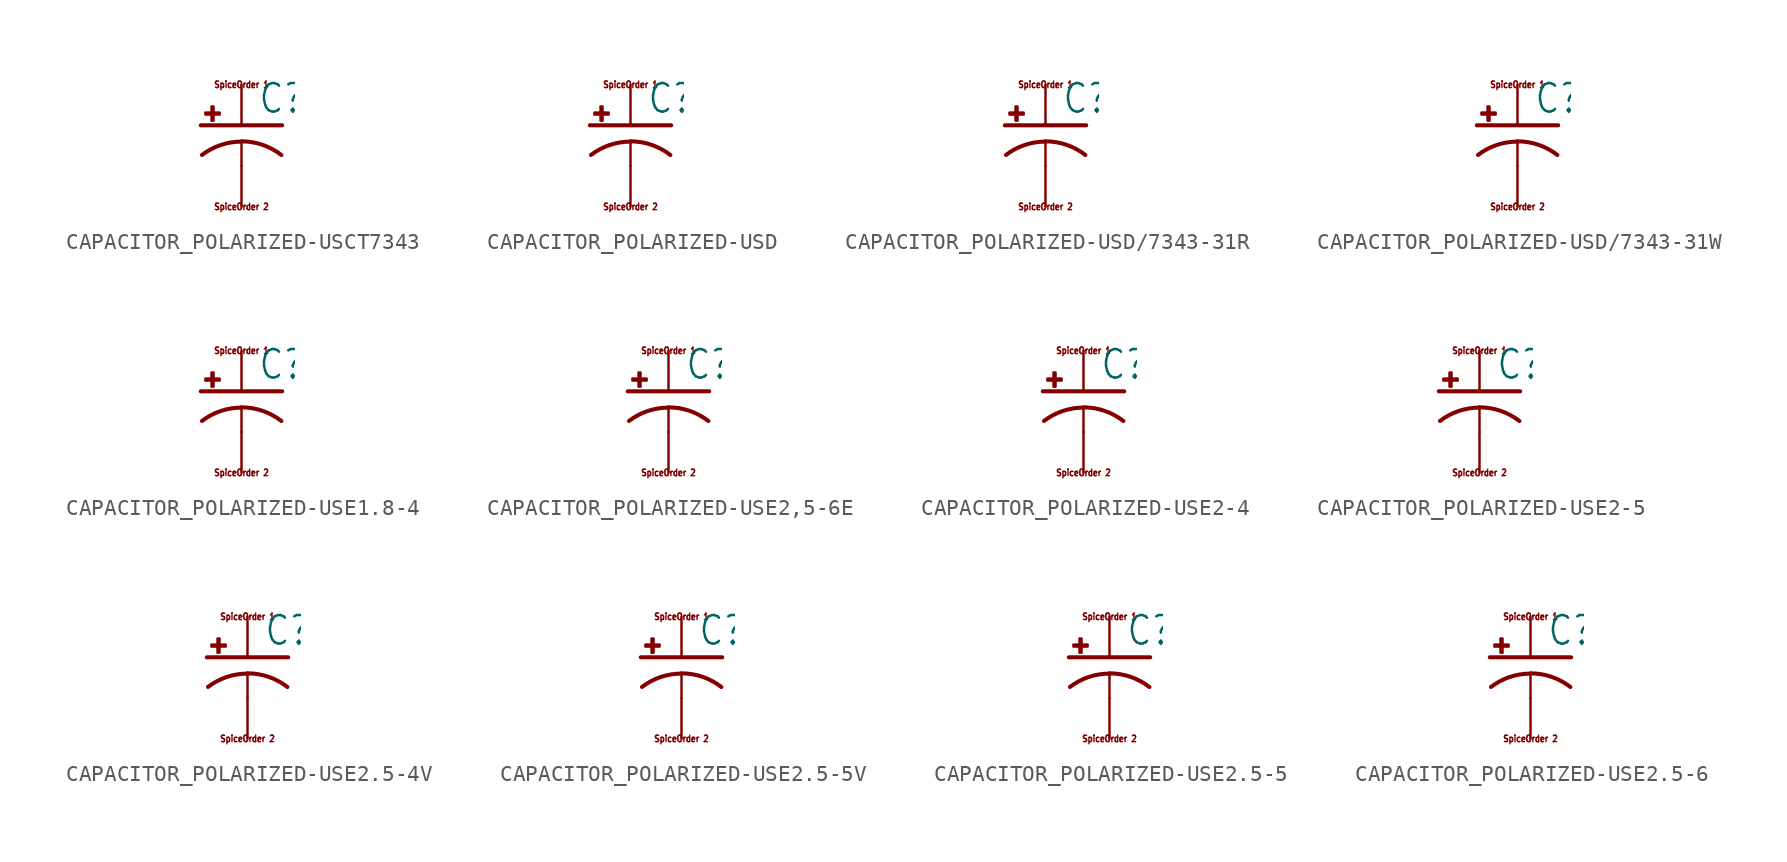
<source format=kicad_sym>
(kicad_symbol_lib
  (version 20231120)
  (generator "kicad_symbol_editor")
  (generator_version "8.0")
  (symbol "CAPACITOR_POLARIZED-USCT7343"
    (property "Reference" "C"
      (at 1.016 0.635 0)
      (effects (font (size 1.778 1.511)) (justify left bottom)))
    (property "Value" ""
      (at 1.016 -4.191 0)
      (effects (font (size 1.778 1.511)) (justify left bottom)))
    (property "ki_locked" ""
      (at 0 0 0)
      (effects (font (size 1.27 1.27))))
    (symbol "CAPACITOR_POLARIZED-USCT7343_1_0"
      (rectangle (start -2.253 0.668) (end -1.364 0.795) (stroke (width 0) (type default)) (fill (type outline)))
      (rectangle (start -1.872 0.287) (end -1.745 1.176) (stroke (width 0) (type default)) (fill (type outline)))
      (arc (start 0 -1.0161) (mid -1.3021 -1.2303) (end -2.4669 -1.8504) (stroke (width 0.254) (type solid)) (fill (type none)))
      (polyline (pts (xy -2.54 0) (xy 2.54 0)) (stroke (width 0.254) (type solid)) (fill (type none)))
      (polyline (pts (xy 0 -1.016) (xy 0 -2.54)) (stroke (width 0.152) (type solid)) (fill (type none)))
      (arc (start 2.4892 -1.8541) (mid 1.3158 -1.2194) (end 0 -1) (stroke (width 0.254) (type solid)) (fill (type none)))
      (text "SpiceOrder 1" (at 0 2.54 0) (effects (font (size 0.406 0.345))))
      (text "SpiceOrder 2" (at 0 -5.08 0) (effects (font (size 0.406 0.345))))
      (pin passive line (at 0 2.54 270) (length 2.54) (name "+" (effects (font (size 0 0)))) (number "+" (effects (font (size 0 0)))))
      (pin passive line (at 0 -5.08 90) (length 2.54) (name "-" (effects (font (size 0 0)))) (number "-" (effects (font (size 0 0)))))))
  (symbol "CAPACITOR_POLARIZED-USD"
    (property "Reference" "C"
      (at 1.016 0.635 0)
      (effects (font (size 1.778 1.511)) (justify left bottom)))
    (property "Value" ""
      (at 1.016 -4.191 0)
      (effects (font (size 1.778 1.511)) (justify left bottom)))
    (property "ki_locked" ""
      (at 0 0 0)
      (effects (font (size 1.27 1.27))))
    (symbol "CAPACITOR_POLARIZED-USD_1_0"
      (rectangle (start -2.253 0.668) (end -1.364 0.795) (stroke (width 0) (type default)) (fill (type outline)))
      (rectangle (start -1.872 0.287) (end -1.745 1.176) (stroke (width 0) (type default)) (fill (type outline)))
      (arc (start 0 -1.0161) (mid -1.3021 -1.2303) (end -2.4669 -1.8504) (stroke (width 0.254) (type solid)) (fill (type none)))
      (polyline (pts (xy -2.54 0) (xy 2.54 0)) (stroke (width 0.254) (type solid)) (fill (type none)))
      (polyline (pts (xy 0 -1.016) (xy 0 -2.54)) (stroke (width 0.152) (type solid)) (fill (type none)))
      (arc (start 2.4892 -1.8541) (mid 1.3158 -1.2194) (end 0 -1) (stroke (width 0.254) (type solid)) (fill (type none)))
      (text "SpiceOrder 1" (at 0 2.54 0) (effects (font (size 0.406 0.345))))
      (text "SpiceOrder 2" (at 0 -5.08 0) (effects (font (size 0.406 0.345))))
      (pin passive line (at 0 2.54 270) (length 2.54) (name "+" (effects (font (size 0 0)))) (number "+" (effects (font (size 0 0)))))
      (pin passive line (at 0 -5.08 90) (length 2.54) (name "-" (effects (font (size 0 0)))) (number "-" (effects (font (size 0 0)))))))
  (symbol "CAPACITOR_POLARIZED-USD/7343-31R"
    (property "Reference" "C"
      (at 1.016 0.635 0)
      (effects (font (size 1.778 1.511)) (justify left bottom)))
    (property "Value" ""
      (at 1.016 -4.191 0)
      (effects (font (size 1.778 1.511)) (justify left bottom)))
    (property "ki_locked" ""
      (at 0 0 0)
      (effects (font (size 1.27 1.27))))
    (symbol "CAPACITOR_POLARIZED-USD/7343-31R_1_0"
      (rectangle (start -2.253 0.668) (end -1.364 0.795) (stroke (width 0) (type default)) (fill (type outline)))
      (rectangle (start -1.872 0.287) (end -1.745 1.176) (stroke (width 0) (type default)) (fill (type outline)))
      (arc (start 0 -1.0161) (mid -1.3021 -1.2303) (end -2.4669 -1.8504) (stroke (width 0.254) (type solid)) (fill (type none)))
      (polyline (pts (xy -2.54 0) (xy 2.54 0)) (stroke (width 0.254) (type solid)) (fill (type none)))
      (polyline (pts (xy 0 -1.016) (xy 0 -2.54)) (stroke (width 0.152) (type solid)) (fill (type none)))
      (arc (start 2.4892 -1.8541) (mid 1.3158 -1.2194) (end 0 -1) (stroke (width 0.254) (type solid)) (fill (type none)))
      (text "SpiceOrder 1" (at 0 2.54 0) (effects (font (size 0.406 0.345))))
      (text "SpiceOrder 2" (at 0 -5.08 0) (effects (font (size 0.406 0.345))))
      (pin passive line (at 0 2.54 270) (length 2.54) (name "+" (effects (font (size 0 0)))) (number "+" (effects (font (size 0 0)))))
      (pin passive line (at 0 -5.08 90) (length 2.54) (name "-" (effects (font (size 0 0)))) (number "-" (effects (font (size 0 0)))))))
  (symbol "CAPACITOR_POLARIZED-USD/7343-31W"
    (property "Reference" "C"
      (at 1.016 0.635 0)
      (effects (font (size 1.778 1.511)) (justify left bottom)))
    (property "Value" ""
      (at 1.016 -4.191 0)
      (effects (font (size 1.778 1.511)) (justify left bottom)))
    (property "ki_locked" ""
      (at 0 0 0)
      (effects (font (size 1.27 1.27))))
    (symbol "CAPACITOR_POLARIZED-USD/7343-31W_1_0"
      (rectangle (start -2.253 0.668) (end -1.364 0.795) (stroke (width 0) (type default)) (fill (type outline)))
      (rectangle (start -1.872 0.287) (end -1.745 1.176) (stroke (width 0) (type default)) (fill (type outline)))
      (arc (start 0 -1.0161) (mid -1.3021 -1.2303) (end -2.4669 -1.8504) (stroke (width 0.254) (type solid)) (fill (type none)))
      (polyline (pts (xy -2.54 0) (xy 2.54 0)) (stroke (width 0.254) (type solid)) (fill (type none)))
      (polyline (pts (xy 0 -1.016) (xy 0 -2.54)) (stroke (width 0.152) (type solid)) (fill (type none)))
      (arc (start 2.4892 -1.8541) (mid 1.3158 -1.2194) (end 0 -1) (stroke (width 0.254) (type solid)) (fill (type none)))
      (text "SpiceOrder 1" (at 0 2.54 0) (effects (font (size 0.406 0.345))))
      (text "SpiceOrder 2" (at 0 -5.08 0) (effects (font (size 0.406 0.345))))
      (pin passive line (at 0 2.54 270) (length 2.54) (name "+" (effects (font (size 0 0)))) (number "+" (effects (font (size 0 0)))))
      (pin passive line (at 0 -5.08 90) (length 2.54) (name "-" (effects (font (size 0 0)))) (number "-" (effects (font (size 0 0)))))))
  (symbol "CAPACITOR_POLARIZED-USE1.8-4"
    (property "Reference" "C"
      (at 1.016 0.635 0)
      (effects (font (size 1.778 1.511)) (justify left bottom)))
    (property "Value" ""
      (at 1.016 -4.191 0)
      (effects (font (size 1.778 1.511)) (justify left bottom)))
    (property "ki_locked" ""
      (at 0 0 0)
      (effects (font (size 1.27 1.27))))
    (symbol "CAPACITOR_POLARIZED-USE1.8-4_1_0"
      (rectangle (start -2.253 0.668) (end -1.364 0.795) (stroke (width 0) (type default)) (fill (type outline)))
      (rectangle (start -1.872 0.287) (end -1.745 1.176) (stroke (width 0) (type default)) (fill (type outline)))
      (arc (start 0 -1.0161) (mid -1.3021 -1.2303) (end -2.4669 -1.8504) (stroke (width 0.254) (type solid)) (fill (type none)))
      (polyline (pts (xy -2.54 0) (xy 2.54 0)) (stroke (width 0.254) (type solid)) (fill (type none)))
      (polyline (pts (xy 0 -1.016) (xy 0 -2.54)) (stroke (width 0.152) (type solid)) (fill (type none)))
      (arc (start 2.4892 -1.8541) (mid 1.3158 -1.2194) (end 0 -1) (stroke (width 0.254) (type solid)) (fill (type none)))
      (text "SpiceOrder 1" (at 0 2.54 0) (effects (font (size 0.406 0.345))))
      (text "SpiceOrder 2" (at 0 -5.08 0) (effects (font (size 0.406 0.345))))
      (pin passive line (at 0 2.54 270) (length 2.54) (name "+" (effects (font (size 0 0)))) (number "+" (effects (font (size 0 0)))))
      (pin passive line (at 0 -5.08 90) (length 2.54) (name "-" (effects (font (size 0 0)))) (number "-" (effects (font (size 0 0)))))))
  (symbol "CAPACITOR_POLARIZED-USE2,5-6E"
    (property "Reference" "C"
      (at 1.016 0.635 0)
      (effects (font (size 1.778 1.511)) (justify left bottom)))
    (property "Value" ""
      (at 1.016 -4.191 0)
      (effects (font (size 1.778 1.511)) (justify left bottom)))
    (property "ki_locked" ""
      (at 0 0 0)
      (effects (font (size 1.27 1.27))))
    (symbol "CAPACITOR_POLARIZED-USE2,5-6E_1_0"
      (rectangle (start -2.253 0.668) (end -1.364 0.795) (stroke (width 0) (type default)) (fill (type outline)))
      (rectangle (start -1.872 0.287) (end -1.745 1.176) (stroke (width 0) (type default)) (fill (type outline)))
      (arc (start 0 -1.0161) (mid -1.3021 -1.2303) (end -2.4669 -1.8504) (stroke (width 0.254) (type solid)) (fill (type none)))
      (polyline (pts (xy -2.54 0) (xy 2.54 0)) (stroke (width 0.254) (type solid)) (fill (type none)))
      (polyline (pts (xy 0 -1.016) (xy 0 -2.54)) (stroke (width 0.152) (type solid)) (fill (type none)))
      (arc (start 2.4892 -1.8541) (mid 1.3158 -1.2194) (end 0 -1) (stroke (width 0.254) (type solid)) (fill (type none)))
      (text "SpiceOrder 1" (at 0 2.54 0) (effects (font (size 0.406 0.345))))
      (text "SpiceOrder 2" (at 0 -5.08 0) (effects (font (size 0.406 0.345))))
      (pin passive line (at 0 2.54 270) (length 2.54) (name "+" (effects (font (size 0 0)))) (number "+" (effects (font (size 0 0)))))
      (pin passive line (at 0 -5.08 90) (length 2.54) (name "-" (effects (font (size 0 0)))) (number "-" (effects (font (size 0 0)))))))
  (symbol "CAPACITOR_POLARIZED-USE2-4"
    (property "Reference" "C"
      (at 1.016 0.635 0)
      (effects (font (size 1.778 1.511)) (justify left bottom)))
    (property "Value" ""
      (at 1.016 -4.191 0)
      (effects (font (size 1.778 1.511)) (justify left bottom)))
    (property "ki_locked" ""
      (at 0 0 0)
      (effects (font (size 1.27 1.27))))
    (symbol "CAPACITOR_POLARIZED-USE2-4_1_0"
      (rectangle (start -2.253 0.668) (end -1.364 0.795) (stroke (width 0) (type default)) (fill (type outline)))
      (rectangle (start -1.872 0.287) (end -1.745 1.176) (stroke (width 0) (type default)) (fill (type outline)))
      (arc (start 0 -1.0161) (mid -1.3021 -1.2303) (end -2.4669 -1.8504) (stroke (width 0.254) (type solid)) (fill (type none)))
      (polyline (pts (xy -2.54 0) (xy 2.54 0)) (stroke (width 0.254) (type solid)) (fill (type none)))
      (polyline (pts (xy 0 -1.016) (xy 0 -2.54)) (stroke (width 0.152) (type solid)) (fill (type none)))
      (arc (start 2.4892 -1.8541) (mid 1.3158 -1.2194) (end 0 -1) (stroke (width 0.254) (type solid)) (fill (type none)))
      (text "SpiceOrder 1" (at 0 2.54 0) (effects (font (size 0.406 0.345))))
      (text "SpiceOrder 2" (at 0 -5.08 0) (effects (font (size 0.406 0.345))))
      (pin passive line (at 0 2.54 270) (length 2.54) (name "+" (effects (font (size 0 0)))) (number "+" (effects (font (size 0 0)))))
      (pin passive line (at 0 -5.08 90) (length 2.54) (name "-" (effects (font (size 0 0)))) (number "-" (effects (font (size 0 0)))))))
  (symbol "CAPACITOR_POLARIZED-USE2-5"
    (property "Reference" "C"
      (at 1.016 0.635 0)
      (effects (font (size 1.778 1.511)) (justify left bottom)))
    (property "Value" ""
      (at 1.016 -4.191 0)
      (effects (font (size 1.778 1.511)) (justify left bottom)))
    (property "ki_locked" ""
      (at 0 0 0)
      (effects (font (size 1.27 1.27))))
    (symbol "CAPACITOR_POLARIZED-USE2-5_1_0"
      (rectangle (start -2.253 0.668) (end -1.364 0.795) (stroke (width 0) (type default)) (fill (type outline)))
      (rectangle (start -1.872 0.287) (end -1.745 1.176) (stroke (width 0) (type default)) (fill (type outline)))
      (arc (start 0 -1.0161) (mid -1.3021 -1.2303) (end -2.4669 -1.8504) (stroke (width 0.254) (type solid)) (fill (type none)))
      (polyline (pts (xy -2.54 0) (xy 2.54 0)) (stroke (width 0.254) (type solid)) (fill (type none)))
      (polyline (pts (xy 0 -1.016) (xy 0 -2.54)) (stroke (width 0.152) (type solid)) (fill (type none)))
      (arc (start 2.4892 -1.8541) (mid 1.3158 -1.2194) (end 0 -1) (stroke (width 0.254) (type solid)) (fill (type none)))
      (text "SpiceOrder 1" (at 0 2.54 0) (effects (font (size 0.406 0.345))))
      (text "SpiceOrder 2" (at 0 -5.08 0) (effects (font (size 0.406 0.345))))
      (pin passive line (at 0 2.54 270) (length 2.54) (name "+" (effects (font (size 0 0)))) (number "+" (effects (font (size 0 0)))))
      (pin passive line (at 0 -5.08 90) (length 2.54) (name "-" (effects (font (size 0 0)))) (number "-" (effects (font (size 0 0)))))))
  (symbol "CAPACITOR_POLARIZED-USE2.5-4V"
    (property "Reference" "C"
      (at 1.016 0.635 0)
      (effects (font (size 1.778 1.511)) (justify left bottom)))
    (property "Value" ""
      (at 1.016 -4.191 0)
      (effects (font (size 1.778 1.511)) (justify left bottom)))
    (property "ki_locked" ""
      (at 0 0 0)
      (effects (font (size 1.27 1.27))))
    (symbol "CAPACITOR_POLARIZED-USE2.5-4V_1_0"
      (rectangle (start -2.253 0.668) (end -1.364 0.795) (stroke (width 0) (type default)) (fill (type outline)))
      (rectangle (start -1.872 0.287) (end -1.745 1.176) (stroke (width 0) (type default)) (fill (type outline)))
      (arc (start 0 -1.0161) (mid -1.3021 -1.2303) (end -2.4669 -1.8504) (stroke (width 0.254) (type solid)) (fill (type none)))
      (polyline (pts (xy -2.54 0) (xy 2.54 0)) (stroke (width 0.254) (type solid)) (fill (type none)))
      (polyline (pts (xy 0 -1.016) (xy 0 -2.54)) (stroke (width 0.152) (type solid)) (fill (type none)))
      (arc (start 2.4892 -1.8541) (mid 1.3158 -1.2194) (end 0 -1) (stroke (width 0.254) (type solid)) (fill (type none)))
      (text "SpiceOrder 1" (at 0 2.54 0) (effects (font (size 0.406 0.345))))
      (text "SpiceOrder 2" (at 0 -5.08 0) (effects (font (size 0.406 0.345))))
      (pin passive line (at 0 2.54 270) (length 2.54) (name "+" (effects (font (size 0 0)))) (number "+" (effects (font (size 0 0)))))
      (pin passive line (at 0 -5.08 90) (length 2.54) (name "-" (effects (font (size 0 0)))) (number "-" (effects (font (size 0 0)))))))
  (symbol "CAPACITOR_POLARIZED-USE2.5-5V"
    (property "Reference" "C"
      (at 1.016 0.635 0)
      (effects (font (size 1.778 1.511)) (justify left bottom)))
    (property "Value" ""
      (at 1.016 -4.191 0)
      (effects (font (size 1.778 1.511)) (justify left bottom)))
    (property "ki_locked" ""
      (at 0 0 0)
      (effects (font (size 1.27 1.27))))
    (symbol "CAPACITOR_POLARIZED-USE2.5-5V_1_0"
      (rectangle (start -2.253 0.668) (end -1.364 0.795) (stroke (width 0) (type default)) (fill (type outline)))
      (rectangle (start -1.872 0.287) (end -1.745 1.176) (stroke (width 0) (type default)) (fill (type outline)))
      (arc (start 0 -1.0161) (mid -1.3021 -1.2303) (end -2.4669 -1.8504) (stroke (width 0.254) (type solid)) (fill (type none)))
      (polyline (pts (xy -2.54 0) (xy 2.54 0)) (stroke (width 0.254) (type solid)) (fill (type none)))
      (polyline (pts (xy 0 -1.016) (xy 0 -2.54)) (stroke (width 0.152) (type solid)) (fill (type none)))
      (arc (start 2.4892 -1.8541) (mid 1.3158 -1.2194) (end 0 -1) (stroke (width 0.254) (type solid)) (fill (type none)))
      (text "SpiceOrder 1" (at 0 2.54 0) (effects (font (size 0.406 0.345))))
      (text "SpiceOrder 2" (at 0 -5.08 0) (effects (font (size 0.406 0.345))))
      (pin passive line (at 0 2.54 270) (length 2.54) (name "+" (effects (font (size 0 0)))) (number "+" (effects (font (size 0 0)))))
      (pin passive line (at 0 -5.08 90) (length 2.54) (name "-" (effects (font (size 0 0)))) (number "-" (effects (font (size 0 0)))))))
  (symbol "CAPACITOR_POLARIZED-USE2.5-5"
    (property "Reference" "C"
      (at 1.016 0.635 0)
      (effects (font (size 1.778 1.511)) (justify left bottom)))
    (property "Value" ""
      (at 1.016 -4.191 0)
      (effects (font (size 1.778 1.511)) (justify left bottom)))
    (property "ki_locked" ""
      (at 0 0 0)
      (effects (font (size 1.27 1.27))))
    (symbol "CAPACITOR_POLARIZED-USE2.5-5_1_0"
      (rectangle (start -2.253 0.668) (end -1.364 0.795) (stroke (width 0) (type default)) (fill (type outline)))
      (rectangle (start -1.872 0.287) (end -1.745 1.176) (stroke (width 0) (type default)) (fill (type outline)))
      (arc (start 0 -1.0161) (mid -1.3021 -1.2303) (end -2.4669 -1.8504) (stroke (width 0.254) (type solid)) (fill (type none)))
      (polyline (pts (xy -2.54 0) (xy 2.54 0)) (stroke (width 0.254) (type solid)) (fill (type none)))
      (polyline (pts (xy 0 -1.016) (xy 0 -2.54)) (stroke (width 0.152) (type solid)) (fill (type none)))
      (arc (start 2.4892 -1.8541) (mid 1.3158 -1.2194) (end 0 -1) (stroke (width 0.254) (type solid)) (fill (type none)))
      (text "SpiceOrder 1" (at 0 2.54 0) (effects (font (size 0.406 0.345))))
      (text "SpiceOrder 2" (at 0 -5.08 0) (effects (font (size 0.406 0.345))))
      (pin passive line (at 0 2.54 270) (length 2.54) (name "+" (effects (font (size 0 0)))) (number "+" (effects (font (size 0 0)))))
      (pin passive line (at 0 -5.08 90) (length 2.54) (name "-" (effects (font (size 0 0)))) (number "-" (effects (font (size 0 0)))))))
  (symbol "CAPACITOR_POLARIZED-USE2.5-6"
    (property "Reference" "C"
      (at 1.016 0.635 0)
      (effects (font (size 1.778 1.511)) (justify left bottom)))
    (property "Value" ""
      (at 1.016 -4.191 0)
      (effects (font (size 1.778 1.511)) (justify left bottom)))
    (property "ki_locked" ""
      (at 0 0 0)
      (effects (font (size 1.27 1.27))))
    (symbol "CAPACITOR_POLARIZED-USE2.5-6_1_0"
      (rectangle (start -2.253 0.668) (end -1.364 0.795) (stroke (width 0) (type default)) (fill (type outline)))
      (rectangle (start -1.872 0.287) (end -1.745 1.176) (stroke (width 0) (type default)) (fill (type outline)))
      (arc (start 0 -1.0161) (mid -1.3021 -1.2303) (end -2.4669 -1.8504) (stroke (width 0.254) (type solid)) (fill (type none)))
      (polyline (pts (xy -2.54 0) (xy 2.54 0)) (stroke (width 0.254) (type solid)) (fill (type none)))
      (polyline (pts (xy 0 -1.016) (xy 0 -2.54)) (stroke (width 0.152) (type solid)) (fill (type none)))
      (arc (start 2.4892 -1.8541) (mid 1.3158 -1.2194) (end 0 -1) (stroke (width 0.254) (type solid)) (fill (type none)))
      (text "SpiceOrder 1" (at 0 2.54 0) (effects (font (size 0.406 0.345))))
      (text "SpiceOrder 2" (at 0 -5.08 0) (effects (font (size 0.406 0.345))))
      (pin passive line (at 0 2.54 270) (length 2.54) (name "+" (effects (font (size 0 0)))) (number "+" (effects (font (size 0 0)))))
      (pin passive line (at 0 -5.08 90) (length 2.54) (name "-" (effects (font (size 0 0)))) (number "-" (effects (font (size 0 0))))))))
</source>
